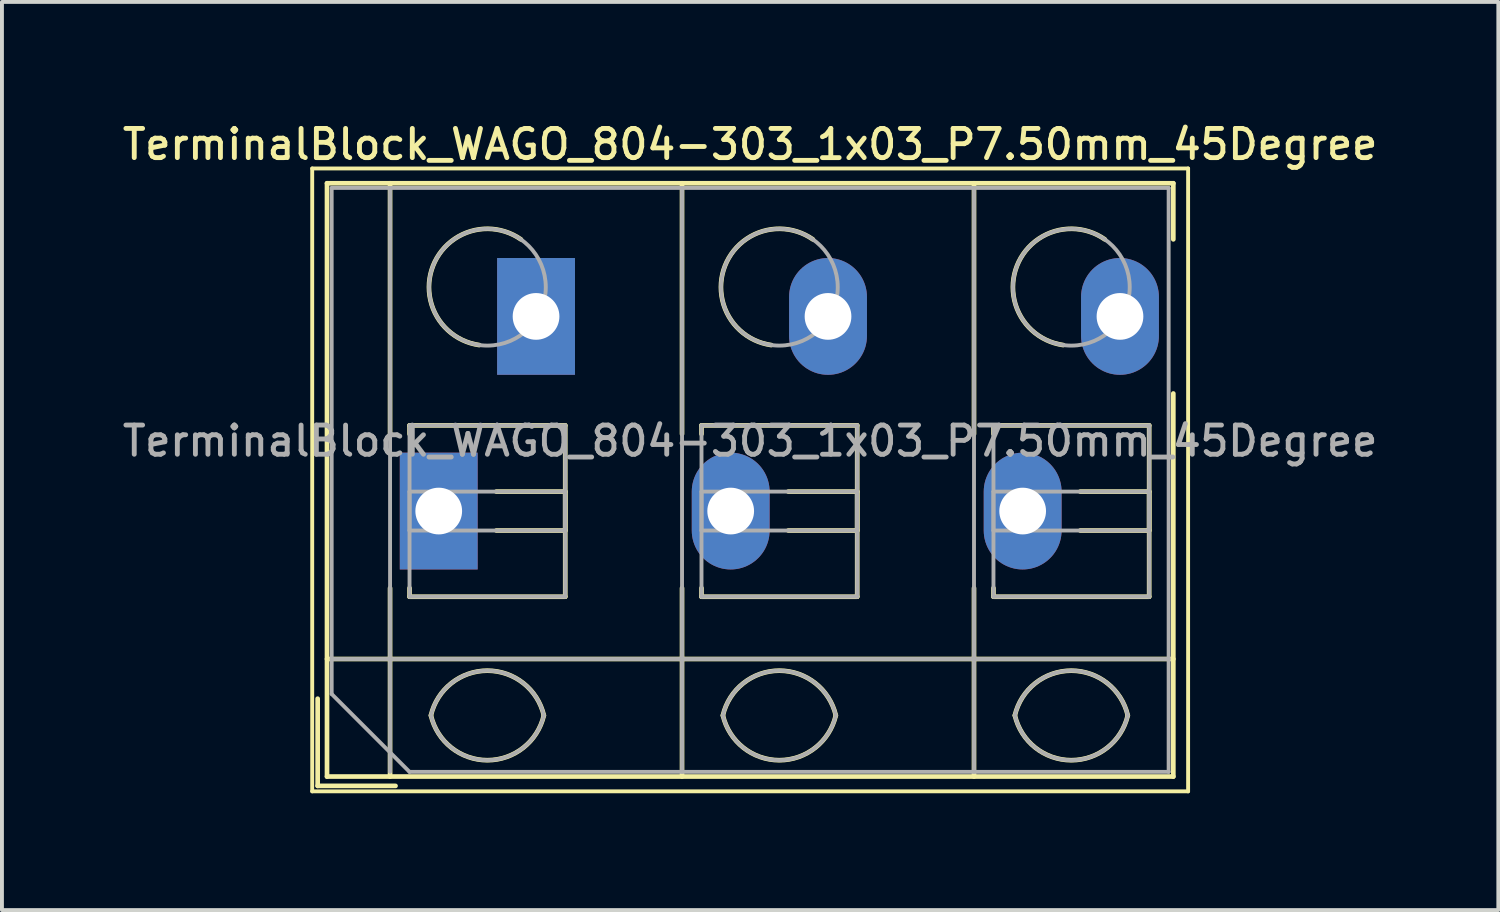
<source format=kicad_pcb>
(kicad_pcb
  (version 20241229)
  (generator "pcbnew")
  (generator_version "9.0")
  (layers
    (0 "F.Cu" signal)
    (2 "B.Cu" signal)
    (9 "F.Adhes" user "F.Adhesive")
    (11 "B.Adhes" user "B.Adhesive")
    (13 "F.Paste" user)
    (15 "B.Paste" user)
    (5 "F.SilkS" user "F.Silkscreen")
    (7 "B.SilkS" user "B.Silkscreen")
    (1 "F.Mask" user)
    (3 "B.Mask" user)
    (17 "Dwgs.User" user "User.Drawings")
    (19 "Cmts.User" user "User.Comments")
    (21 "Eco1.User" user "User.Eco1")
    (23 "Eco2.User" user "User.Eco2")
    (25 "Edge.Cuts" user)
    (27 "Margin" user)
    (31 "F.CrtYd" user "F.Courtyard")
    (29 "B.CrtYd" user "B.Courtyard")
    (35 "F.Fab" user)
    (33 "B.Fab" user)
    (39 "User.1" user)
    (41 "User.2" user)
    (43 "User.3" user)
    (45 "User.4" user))
  (footprint "TerminalBlock_WAGO_804-303_1x03_P7.50mm_45Degree"
    (layer "F.Cu")
    (at 8.22 10.078)
    (property "Reference" "TerminalBlock_WAGO_804-303_1x03_P7.50mm_45Degree" (at 8 -9.42 0) (layer "F.SilkS") (effects (font (size 0.75 0.75) (thickness 0.125))))
    (attr through_hole)
    (fp_line (start -3.25 -8.8) (end -3.25 7.2) (stroke (width 0.1) (type solid)) (layer "F.SilkS"))
    (fp_line (start -3.25 7.2) (end 19.25 7.2) (stroke (width 0.1) (type solid)) (layer "F.SilkS"))
    (fp_line (start -3.11 4.82) (end -3.11 7.06) (stroke (width 0.12) (type solid)) (layer "F.SilkS"))
    (fp_line (start -3.11 7.06) (end -1.11 7.06) (stroke (width 0.12) (type solid)) (layer "F.SilkS"))
    (fp_line (start -2.87 -8.42) (end -2.87 6.82) (stroke (width 0.12) (type solid)) (layer "F.SilkS"))
    (fp_line (start -2.87 -8.42) (end 18.87 -8.42) (stroke (width 0.12) (type solid)) (layer "F.SilkS"))
    (fp_line (start -2.87 3.8) (end 18.87 3.8) (stroke (width 0.12) (type solid)) (layer "F.SilkS"))
    (fp_line (start -2.87 6.82) (end 18.87 6.82) (stroke (width 0.12) (type solid)) (layer "F.SilkS"))
    (fp_line (start -1.25 -8.42) (end -1.25 -1.98) (stroke (width 0.12) (type solid)) (layer "F.SilkS"))
    (fp_line (start -1.25 1.98) (end -1.25 6.82) (stroke (width 0.12) (type solid)) (layer "F.SilkS"))
    (fp_line (start -0.75 -2.2) (end -0.75 -1.98) (stroke (width 0.12) (type solid)) (layer "F.SilkS"))
    (fp_line (start -0.75 -2.2) (end 3.25 -2.2) (stroke (width 0.12) (type solid)) (layer "F.SilkS"))
    (fp_line (start -0.75 1.98) (end -0.75 2.2) (stroke (width 0.12) (type solid)) (layer "F.SilkS"))
    (fp_line (start -0.75 2.2) (end 3.25 2.2) (stroke (width 0.12) (type solid)) (layer "F.SilkS"))
    (fp_line (start 1.48 -0.5) (end 3.25 -0.5) (stroke (width 0.12) (type solid)) (layer "F.SilkS"))
    (fp_line (start 1.48 0.5) (end 3.25 0.5) (stroke (width 0.12) (type solid)) (layer "F.SilkS"))
    (fp_line (start 3.25 -2.2) (end 3.25 2.2) (stroke (width 0.12) (type solid)) (layer "F.SilkS"))
    (fp_line (start 3.25 -0.5) (end 3.25 0.5) (stroke (width 0.12) (type solid)) (layer "F.SilkS"))
    (fp_line (start 6.25 -8.42) (end 6.25 -1.98) (stroke (width 0.12) (type solid)) (layer "F.SilkS"))
    (fp_line (start 6.25 1.98) (end 6.25 6.82) (stroke (width 0.12) (type solid)) (layer "F.SilkS"))
    (fp_line (start 6.75 -2.2) (end 6.75 -1.98) (stroke (width 0.12) (type solid)) (layer "F.SilkS"))
    (fp_line (start 6.75 -2.2) (end 10.75 -2.2) (stroke (width 0.12) (type solid)) (layer "F.SilkS"))
    (fp_line (start 6.75 1.98) (end 6.75 2.2) (stroke (width 0.12) (type solid)) (layer "F.SilkS"))
    (fp_line (start 6.75 2.2) (end 10.75 2.2) (stroke (width 0.12) (type solid)) (layer "F.SilkS"))
    (fp_line (start 8.98 -0.5) (end 10.75 -0.5) (stroke (width 0.12) (type solid)) (layer "F.SilkS"))
    (fp_line (start 8.98 0.5) (end 10.75 0.5) (stroke (width 0.12) (type solid)) (layer "F.SilkS"))
    (fp_line (start 10.75 -2.2) (end 10.75 2.2) (stroke (width 0.12) (type solid)) (layer "F.SilkS"))
    (fp_line (start 10.75 -0.5) (end 10.75 0.5) (stroke (width 0.12) (type solid)) (layer "F.SilkS"))
    (fp_line (start 13.75 -8.42) (end 13.75 -1.98) (stroke (width 0.12) (type solid)) (layer "F.SilkS"))
    (fp_line (start 13.75 1.98) (end 13.75 6.82) (stroke (width 0.12) (type solid)) (layer "F.SilkS"))
    (fp_line (start 14.25 -2.2) (end 14.25 -1.98) (stroke (width 0.12) (type solid)) (layer "F.SilkS"))
    (fp_line (start 14.25 -2.2) (end 18.25 -2.2) (stroke (width 0.12) (type solid)) (layer "F.SilkS"))
    (fp_line (start 14.25 1.98) (end 14.25 2.2) (stroke (width 0.12) (type solid)) (layer "F.SilkS"))
    (fp_line (start 14.25 2.2) (end 18.25 2.2) (stroke (width 0.12) (type solid)) (layer "F.SilkS"))
    (fp_line (start 16.48 -0.5) (end 18.25 -0.5) (stroke (width 0.12) (type solid)) (layer "F.SilkS"))
    (fp_line (start 16.48 0.5) (end 18.25 0.5) (stroke (width 0.12) (type solid)) (layer "F.SilkS"))
    (fp_line (start 18.25 -2.2) (end 18.25 2.2) (stroke (width 0.12) (type solid)) (layer "F.SilkS"))
    (fp_line (start 18.25 -0.5) (end 18.25 0.5) (stroke (width 0.12) (type solid)) (layer "F.SilkS"))
    (fp_line (start 18.87 -8.42) (end 18.87 -6.98) (stroke (width 0.12) (type solid)) (layer "F.SilkS"))
    (fp_line (start 18.87 -3.02) (end 18.87 6.82) (stroke (width 0.12) (type solid)) (layer "F.SilkS"))
    (fp_line (start 19.25 -8.8) (end -3.25 -8.8) (stroke (width 0.1) (type solid)) (layer "F.SilkS"))
    (fp_line (start 19.25 7.2) (end 19.25 -8.8) (stroke (width 0.1) (type solid)) (layer "F.SilkS"))
    (fp_arc (start -0.200865 5.250424) (mid 1.250296 4.099926) (end 2.701 5.251) (stroke (width 0.12) (type solid)) (layer "F.SilkS"))
    (fp_arc (start 1.040798 -4.264067) (mid -0.146039 -6.300306) (end 2.111 -6.979) (stroke (width 0.12) (type solid)) (layer "F.SilkS"))
    (fp_arc (start 2.7 5.25) (mid 1.250068 6.400101) (end -0.199969 5.250133) (stroke (width 0.12) (type solid)) (layer "F.SilkS"))
    (fp_arc (start 7.299135 5.250424) (mid 8.750296 4.099926) (end 10.201 5.251) (stroke (width 0.12) (type solid)) (layer "F.SilkS"))
    (fp_arc (start 8.540798 -4.264067) (mid 7.353961 -6.300306) (end 9.611 -6.979) (stroke (width 0.12) (type solid)) (layer "F.SilkS"))
    (fp_arc (start 10.2 5.25) (mid 8.750068 6.400101) (end 7.300031 5.250133) (stroke (width 0.12) (type solid)) (layer "F.SilkS"))
    (fp_arc (start 14.799135 5.250424) (mid 16.250296 4.099926) (end 17.701 5.251) (stroke (width 0.12) (type solid)) (layer "F.SilkS"))
    (fp_arc (start 16.040798 -4.264067) (mid 14.853961 -6.300306) (end 17.111 -6.979) (stroke (width 0.12) (type solid)) (layer "F.SilkS"))
    (fp_arc (start 17.7 5.25) (mid 16.250068 6.400101) (end 14.800031 5.250133) (stroke (width 0.12) (type solid)) (layer "F.SilkS"))
    (fp_line (start -2.75 -8.3) (end 18.75 -8.3) (stroke (width 0.1) (type solid)) (layer "F.Fab"))
    (fp_line (start -2.75 3.8) (end 18.75 3.8) (stroke (width 0.1) (type solid)) (layer "F.Fab"))
    (fp_line (start -2.75 4.7) (end -2.75 -8.3) (stroke (width 0.1) (type solid)) (layer "F.Fab"))
    (fp_line (start -1.25 -8.3) (end -1.25 6.7) (stroke (width 0.1) (type solid)) (layer "F.Fab"))
    (fp_line (start -0.75 -2.2) (end -0.75 2.2) (stroke (width 0.1) (type solid)) (layer "F.Fab"))
    (fp_line (start -0.75 -0.5) (end -0.75 0.5) (stroke (width 0.1) (type solid)) (layer "F.Fab"))
    (fp_line (start -0.75 0.5) (end 3.25 0.5) (stroke (width 0.1) (type solid)) (layer "F.Fab"))
    (fp_line (start -0.75 2.2) (end 3.25 2.2) (stroke (width 0.1) (type solid)) (layer "F.Fab"))
    (fp_line (start -0.75 6.7) (end -2.75 4.7) (stroke (width 0.1) (type solid)) (layer "F.Fab"))
    (fp_line (start 3.25 -2.2) (end -0.75 -2.2) (stroke (width 0.1) (type solid)) (layer "F.Fab"))
    (fp_line (start 3.25 -0.5) (end -0.75 -0.5) (stroke (width 0.1) (type solid)) (layer "F.Fab"))
    (fp_line (start 3.25 0.5) (end 3.25 -0.5) (stroke (width 0.1) (type solid)) (layer "F.Fab"))
    (fp_line (start 3.25 2.2) (end 3.25 -2.2) (stroke (width 0.1) (type solid)) (layer "F.Fab"))
    (fp_line (start 6.25 -8.3) (end 6.25 6.7) (stroke (width 0.1) (type solid)) (layer "F.Fab"))
    (fp_line (start 6.75 -2.2) (end 6.75 2.2) (stroke (width 0.1) (type solid)) (layer "F.Fab"))
    (fp_line (start 6.75 -0.5) (end 6.75 0.5) (stroke (width 0.1) (type solid)) (layer "F.Fab"))
    (fp_line (start 6.75 0.5) (end 10.75 0.5) (stroke (width 0.1) (type solid)) (layer "F.Fab"))
    (fp_line (start 6.75 2.2) (end 10.75 2.2) (stroke (width 0.1) (type solid)) (layer "F.Fab"))
    (fp_line (start 10.75 -2.2) (end 6.75 -2.2) (stroke (width 0.1) (type solid)) (layer "F.Fab"))
    (fp_line (start 10.75 -0.5) (end 6.75 -0.5) (stroke (width 0.1) (type solid)) (layer "F.Fab"))
    (fp_line (start 10.75 0.5) (end 10.75 -0.5) (stroke (width 0.1) (type solid)) (layer "F.Fab"))
    (fp_line (start 10.75 2.2) (end 10.75 -2.2) (stroke (width 0.1) (type solid)) (layer "F.Fab"))
    (fp_line (start 13.75 -8.3) (end 13.75 6.7) (stroke (width 0.1) (type solid)) (layer "F.Fab"))
    (fp_line (start 14.25 -2.2) (end 14.25 2.2) (stroke (width 0.1) (type solid)) (layer "F.Fab"))
    (fp_line (start 14.25 -0.5) (end 14.25 0.5) (stroke (width 0.1) (type solid)) (layer "F.Fab"))
    (fp_line (start 14.25 0.5) (end 18.25 0.5) (stroke (width 0.1) (type solid)) (layer "F.Fab"))
    (fp_line (start 14.25 2.2) (end 18.25 2.2) (stroke (width 0.1) (type solid)) (layer "F.Fab"))
    (fp_line (start 18.25 -2.2) (end 14.25 -2.2) (stroke (width 0.1) (type solid)) (layer "F.Fab"))
    (fp_line (start 18.25 -0.5) (end 14.25 -0.5) (stroke (width 0.1) (type solid)) (layer "F.Fab"))
    (fp_line (start 18.25 0.5) (end 18.25 -0.5) (stroke (width 0.1) (type solid)) (layer "F.Fab"))
    (fp_line (start 18.25 2.2) (end 18.25 -2.2) (stroke (width 0.1) (type solid)) (layer "F.Fab"))
    (fp_line (start 18.75 -8.3) (end 18.75 6.7) (stroke (width 0.1) (type solid)) (layer "F.Fab"))
    (fp_line (start 18.75 6.7) (end -0.75 6.7) (stroke (width 0.1) (type solid)) (layer "F.Fab"))
    (fp_arc (start -0.200865 5.250424) (mid 1.250296 4.099926) (end 2.701 5.251) (stroke (width 0.1) (type solid)) (layer "F.Fab"))
    (fp_arc (start 2.7 5.25) (mid 1.250068 6.400101) (end -0.199969 5.250133) (stroke (width 0.1) (type solid)) (layer "F.Fab"))
    (fp_arc (start 7.299135 5.250424) (mid 8.750296 4.099926) (end 10.201 5.251) (stroke (width 0.1) (type solid)) (layer "F.Fab"))
    (fp_arc (start 10.2 5.25) (mid 8.750068 6.400101) (end 7.300031 5.250133) (stroke (width 0.1) (type solid)) (layer "F.Fab"))
    (fp_arc (start 14.799135 5.250424) (mid 16.250296 4.099926) (end 17.701 5.251) (stroke (width 0.1) (type solid)) (layer "F.Fab"))
    (fp_arc (start 17.7 5.25) (mid 16.250068 6.400101) (end 14.800031 5.250133) (stroke (width 0.1) (type solid)) (layer "F.Fab"))
    (fp_circle (center 1.25 -5.75) (end 2.75 -5.75) (stroke (width 0.1) (type solid)) (fill no) (layer "F.Fab"))
    (fp_circle (center 8.75 -5.75) (end 10.25 -5.75) (stroke (width 0.1) (type solid)) (fill no) (layer "F.Fab"))
    (fp_circle (center 16.25 -5.75) (end 17.75 -5.75) (stroke (width 0.1) (type solid)) (fill no) (layer "F.Fab"))
    (fp_text user "${REFERENCE}" (at 8 -1.8 0) (layer "F.Fab") (effects (font (size 0.75 0.75) (thickness 0.125))))
    (pad "1" thru_hole rect (at 0 0) (size 2 3) (drill 1.2) (layers "*.Cu" "*.Mask"))
    (pad "1" thru_hole rect (at 2.5 -5) (size 2 3) (drill 1.2) (layers "*.Cu" "*.Mask"))
    (pad "2" thru_hole oval (at 7.5 0) (size 2 3) (drill 1.2) (layers "*.Cu" "*.Mask"))
    (pad "2" thru_hole oval (at 10 -5) (size 2 3) (drill 1.2) (layers "*.Cu" "*.Mask"))
    (pad "3" thru_hole oval (at 15 0) (size 2 3) (drill 1.2) (layers "*.Cu" "*.Mask"))
    (pad "3" thru_hole oval (at 17.5 -5) (size 2 3) (drill 1.2) (layers "*.Cu" "*.Mask")))
  (gr_rect
    (start -3 -3)
    (end 35.439 20.328)
    (stroke (width 0.1) (type default))
    (fill no)
    (layer "Edge.Cuts")))
</source>
